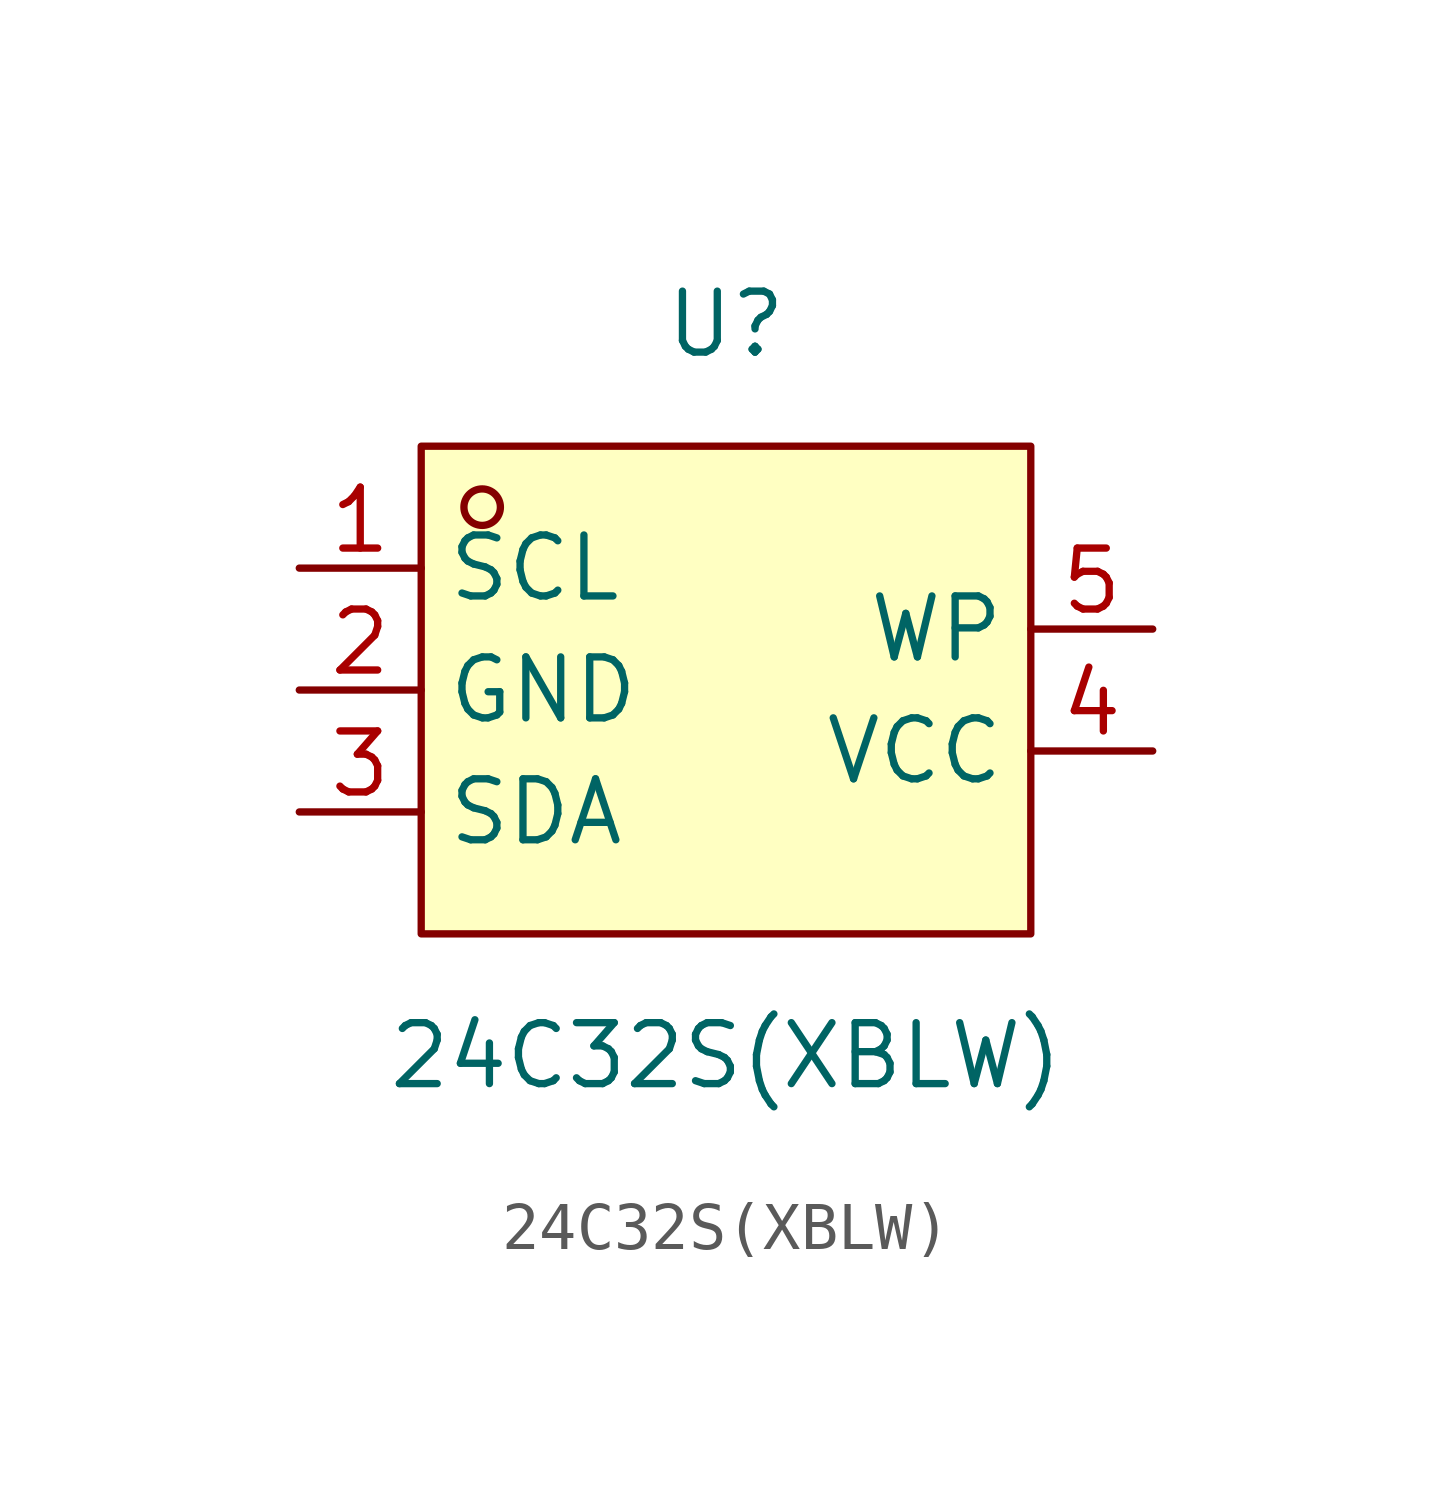
<source format=kicad_sym>
(kicad_symbol_lib
  (version 20211014)
  (generator https://github.com/uPesy/easyeda2kicad.py)
  (symbol "24C32S(XBLW)"
    (property "Reference" "U"
      (at 0 7.62 0)
      (effects (font (size 1.27 1.27))))
    (property "Value" "24C32S(XBLW)"
      (at 0 -7.62 0)
      (effects (font (size 1.27 1.27))))
    (symbol "24C32S(XBLW)_0_1"
      (rectangle (start -6.35 5.08) (end 6.35 -5.08) (stroke (width 0) (type default) (color 0 0 0 0)) (fill (type background)))
      (circle (center -5.08 3.81) (radius 0.38) (stroke (width 0) (type default) (color 0 0 0 0)) (fill (type none)))
      (pin unspecified line (at -8.89 2.54 0) (length 2.54) (name "SCL" (effects (font (size 1.27 1.27)))) (number "1" (effects (font (size 1.27 1.27)))))
      (pin unspecified line (at -8.89 -0.00 0) (length 2.54) (name "GND" (effects (font (size 1.27 1.27)))) (number "2" (effects (font (size 1.27 1.27)))))
      (pin unspecified line (at -8.89 -2.54 0) (length 2.54) (name "SDA" (effects (font (size 1.27 1.27)))) (number "3" (effects (font (size 1.27 1.27)))))
      (pin unspecified line (at 8.89 -1.27 180) (length 2.54) (name "VCC" (effects (font (size 1.27 1.27)))) (number "4" (effects (font (size 1.27 1.27)))))
      (pin unspecified line (at 8.89 1.27 180) (length 2.54) (name "WP" (effects (font (size 1.27 1.27)))) (number "5" (effects (font (size 1.27 1.27))))))))
</source>
